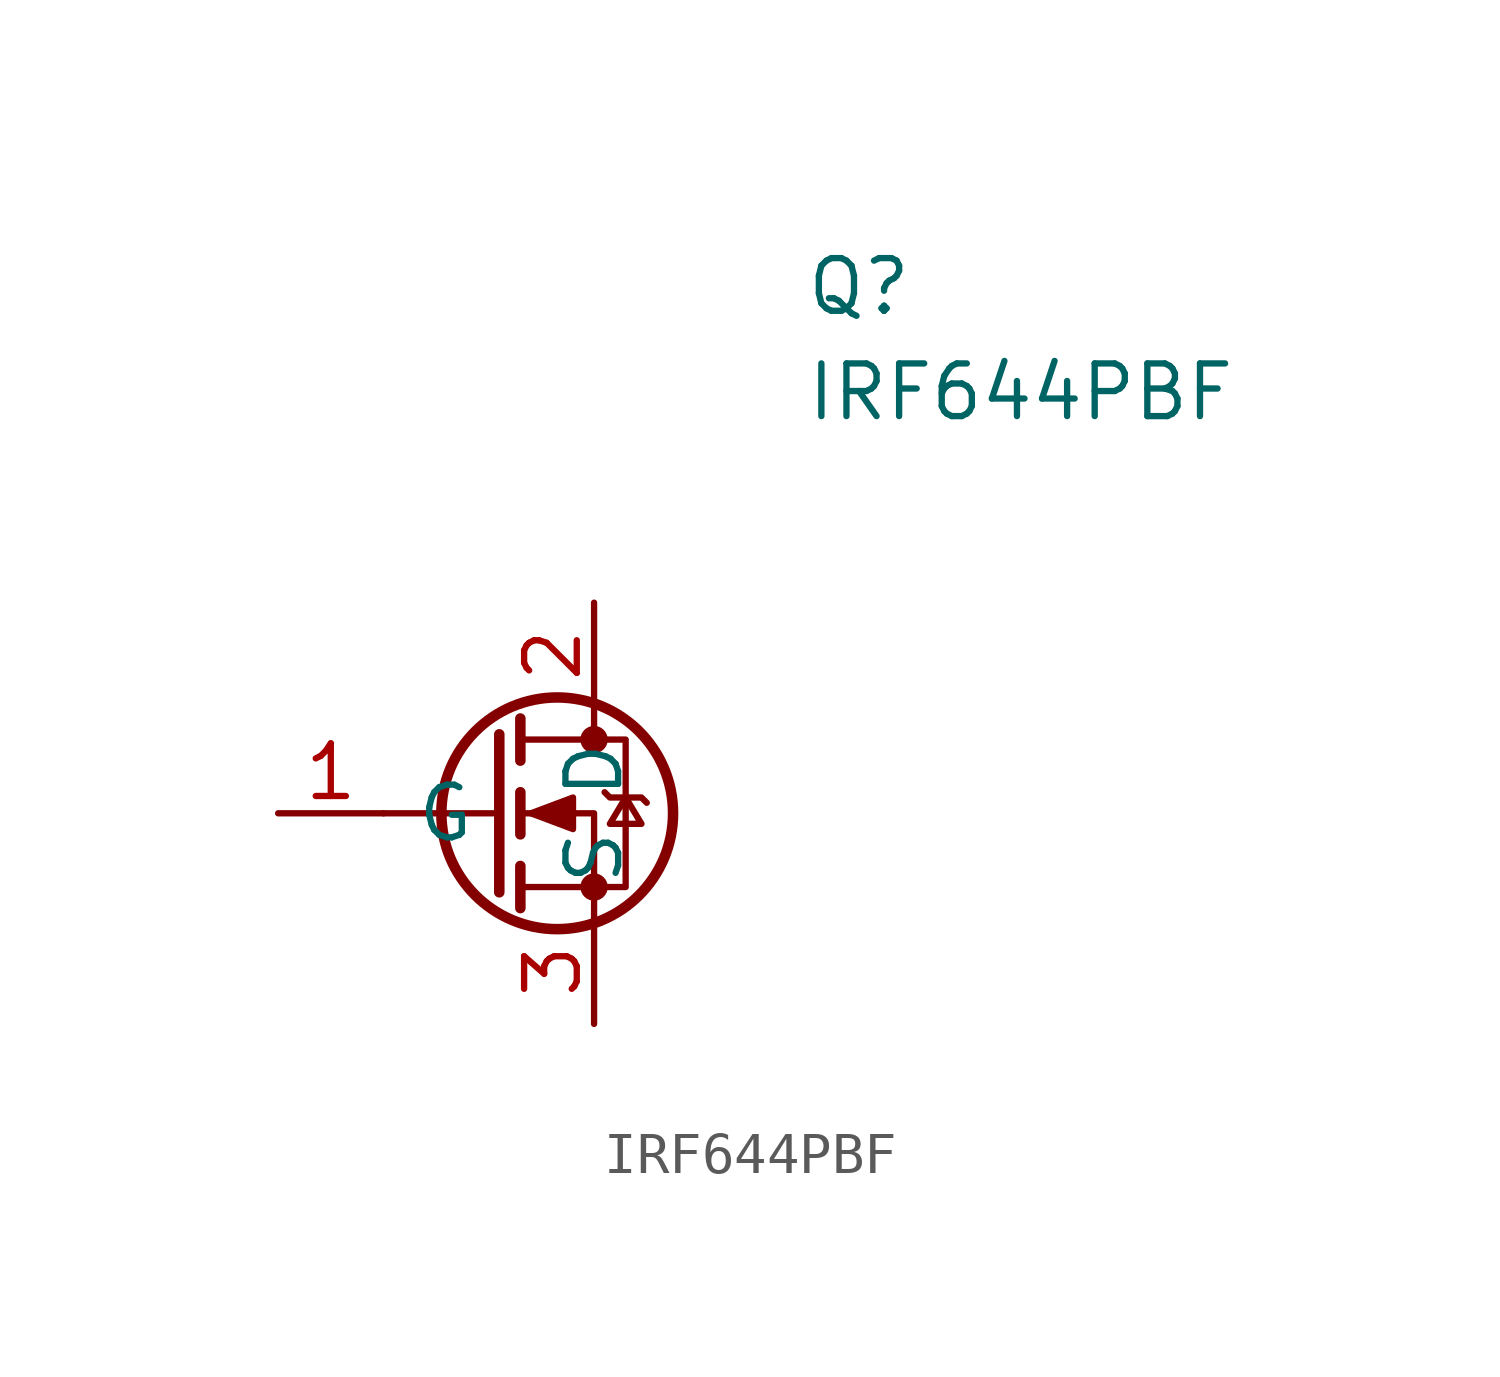
<source format=kicad_sym>
(kicad_symbol_lib
  (version 20210619)
  (generator kicad_symbol_editor)
  (symbol "FET_user:IRF644PBF"
    (pin_names
      (offset 0.762))
    (property "Reference" "Q"
      (at 7.62 12.7 0)
      (effects (font (size 1.27 1.27)) (justify left)))
    (property "Value" "IRF644PBF"
      (at 7.62 10.16 0)
      (effects (font (size 1.27 1.27)) (justify left)))
    (symbol "IRF644PBF_0_1"
      (circle (center 1.651 0) (radius 2.794) (stroke (width 0.254)) (fill (type none)))
      (circle (center 2.54 -1.778) (radius 0.254) (stroke (width 0)) (fill (type outline)))
      (circle (center 2.54 1.778) (radius 0.254) (stroke (width 0)) (fill (type outline)))
      (polyline (pts (xy 0.254 0) (xy -2.54 0)) (stroke (width 0)) (fill (type none)))
      (polyline (pts (xy 0.254 1.905) (xy 0.254 -1.905)) (stroke (width 0.254)) (fill (type none)))
      (polyline (pts (xy 0.762 -1.27) (xy 0.762 -2.286)) (stroke (width 0.254)) (fill (type none)))
      (polyline (pts (xy 0.762 0.508) (xy 0.762 -0.508)) (stroke (width 0.254)) (fill (type none)))
      (polyline (pts (xy 0.762 2.286) (xy 0.762 1.27)) (stroke (width 0.254)) (fill (type none)))
      (polyline (pts (xy 2.54 2.54) (xy 2.54 1.778)) (stroke (width 0)) (fill (type none)))
      (polyline (pts (xy 2.54 -2.54) (xy 2.54 0) (xy 0.762 0)) (stroke (width 0)) (fill (type none)))
      (polyline (pts (xy 0.762 -1.778) (xy 3.302 -1.778) (xy 3.302 1.778) (xy 0.762 1.778)) (stroke (width 0)) (fill (type none)))
      (polyline (pts (xy 2.794 0.508) (xy 2.921 0.381) (xy 3.683 0.381) (xy 3.81 0.254)) (stroke (width 0)) (fill (type none)))
      (polyline (pts (xy 3.302 0.381) (xy 2.921 -0.254) (xy 3.683 -0.254) (xy 3.302 0.381)) (stroke (width 0)) (fill (type none)))
      (polyline (pts (xy 1.016 0) (xy 2.032 0.381) (xy 2.032 -0.381) (xy 1.016 0)) (stroke (width 0)) (fill (type outline))))
    (symbol "IRF644PBF_1_1"
      (pin input line (at -5.08 0 0) (length 2.54) (name "G" (effects (font (size 1.27 1.27)))) (number "1" (effects (font (size 1.27 1.27)))))
      (pin passive line (at 2.54 5.08 270) (length 2.54) (name "D" (effects (font (size 1.27 1.27)))) (number "2" (effects (font (size 1.27 1.27)))))
      (pin passive line (at 2.54 -5.08 90) (length 2.54) (name "S" (effects (font (size 1.27 1.27)))) (number "3" (effects (font (size 1.27 1.27))))))))
</source>
